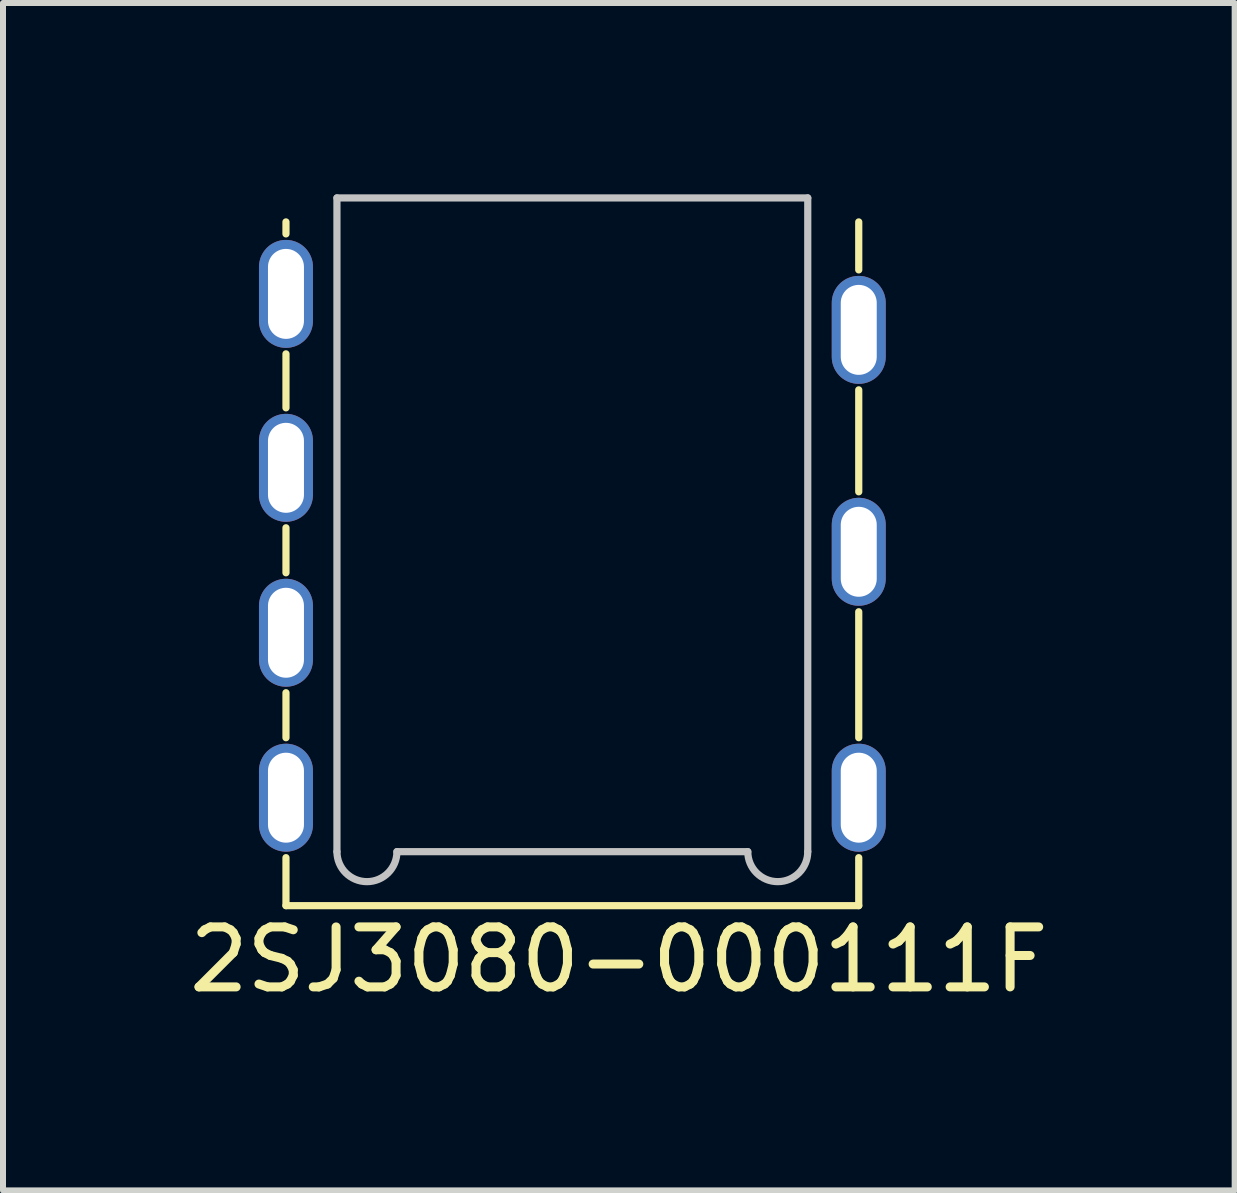
<source format=kicad_pcb>
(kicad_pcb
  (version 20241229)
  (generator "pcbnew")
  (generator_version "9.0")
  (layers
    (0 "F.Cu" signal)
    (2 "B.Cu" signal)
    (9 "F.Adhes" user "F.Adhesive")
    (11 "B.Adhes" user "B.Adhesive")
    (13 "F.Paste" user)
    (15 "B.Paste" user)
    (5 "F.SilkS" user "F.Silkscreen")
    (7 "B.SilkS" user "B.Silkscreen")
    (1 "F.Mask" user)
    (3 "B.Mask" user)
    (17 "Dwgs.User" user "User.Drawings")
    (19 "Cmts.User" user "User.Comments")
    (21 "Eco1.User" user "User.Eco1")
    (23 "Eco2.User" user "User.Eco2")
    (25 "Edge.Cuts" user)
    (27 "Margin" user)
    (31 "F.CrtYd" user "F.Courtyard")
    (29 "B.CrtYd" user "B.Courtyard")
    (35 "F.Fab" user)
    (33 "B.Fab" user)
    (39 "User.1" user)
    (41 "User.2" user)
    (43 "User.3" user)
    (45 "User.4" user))
  (footprint "2SJ3080-000111F"
    (layer "F.Cu")
    (at 2.568 0.25)
    (property "Reference" "2SJ3080-000111F" (at 4.7 12.7 0) (layer "F.SilkS") (effects (font (size 1 1) (thickness 0.15))))
    (attr through_hole)
    (fp_line (start -0.85 0.4) (end -0.85 0.6) (stroke (width 0.12) (type solid)) (layer "F.SilkS"))
    (fp_line (start -0.85 3.5) (end -0.85 2.6) (stroke (width 0.12) (type solid)) (layer "F.SilkS"))
    (fp_line (start -0.85 6.25) (end -0.85 5.5) (stroke (width 0.12) (type solid)) (layer "F.SilkS"))
    (fp_line (start -0.85 9) (end -0.85 8.25) (stroke (width 0.12) (type solid)) (layer "F.SilkS"))
    (fp_line (start -0.85 11.8) (end -0.85 11) (stroke (width 0.12) (type solid)) (layer "F.SilkS"))
    (fp_line (start 8.7 0.4) (end 8.7 1.2) (stroke (width 0.12) (type solid)) (layer "F.SilkS"))
    (fp_line (start 8.7 3.2) (end 8.7 4.9) (stroke (width 0.12) (type solid)) (layer "F.SilkS"))
    (fp_line (start 8.7 6.9) (end 8.7 9) (stroke (width 0.12) (type solid)) (layer "F.SilkS"))
    (fp_line (start 8.7 11) (end 8.7 11.8) (stroke (width 0.12) (type solid)) (layer "F.SilkS"))
    (fp_line (start 8.7 11.8) (end -0.85 11.8) (stroke (width 0.12) (type solid)) (layer "F.SilkS"))
    (fp_line (start 0 0) (end 0 10.9) (stroke (width 0.12) (type solid)) (layer "Dwgs.User"))
    (fp_line (start 1 10.9) (end 6.85 10.9) (stroke (width 0.12) (type solid)) (layer "Dwgs.User"))
    (fp_line (start 7.85 0) (end 0 0) (stroke (width 0.12) (type solid)) (layer "Dwgs.User"))
    (fp_line (start 7.85 10.9) (end 7.85 0) (stroke (width 0.12) (type solid)) (layer "Dwgs.User"))
    (fp_arc (start 1 10.9) (mid 0.5 11.4) (end 0 10.9) (stroke (width 0.12) (type solid)) (layer "Dwgs.User"))
    (fp_arc (start 7.85 10.9) (mid 7.35 11.4) (end 6.85 10.9) (stroke (width 0.12) (type solid)) (layer "Dwgs.User"))
    (pad "1" thru_hole oval (at 8.7 10) (size 0.9 1.8) (drill oval 0.6 1.5) (layers "*.Cu" "*.Mask"))
    (pad "2" thru_hole oval (at -0.85 4.5) (size 0.9 1.8) (drill oval 0.6 1.5) (layers "*.Cu" "*.Mask"))
    (pad "3" thru_hole oval (at 8.7 2.2) (size 0.9 1.8) (drill oval 0.6 1.5) (layers "*.Cu" "*.Mask"))
    (pad "4" thru_hole oval (at -0.85 1.6) (size 0.9 1.8) (drill oval 0.6 1.5) (layers "*.Cu" "*.Mask"))
    (pad "5" thru_hole oval (at -0.85 10) (size 0.9 1.8) (drill oval 0.6 1.5) (layers "*.Cu" "*.Mask"))
    (pad "6" thru_hole oval (at -0.85 7.25) (size 0.9 1.8) (drill oval 0.6 1.5) (layers "*.Cu" "*.Mask"))
    (pad "MS" thru_hole oval (at 8.7 5.9) (size 0.9 1.8) (drill oval 0.6 1.5) (layers "*.Cu" "*.Mask")))
  (gr_rect
    (start -3 -3)
    (end 17.536 16.798)
    (stroke (width 0.1) (type default))
    (fill no)
    (layer "Edge.Cuts")))
</source>
